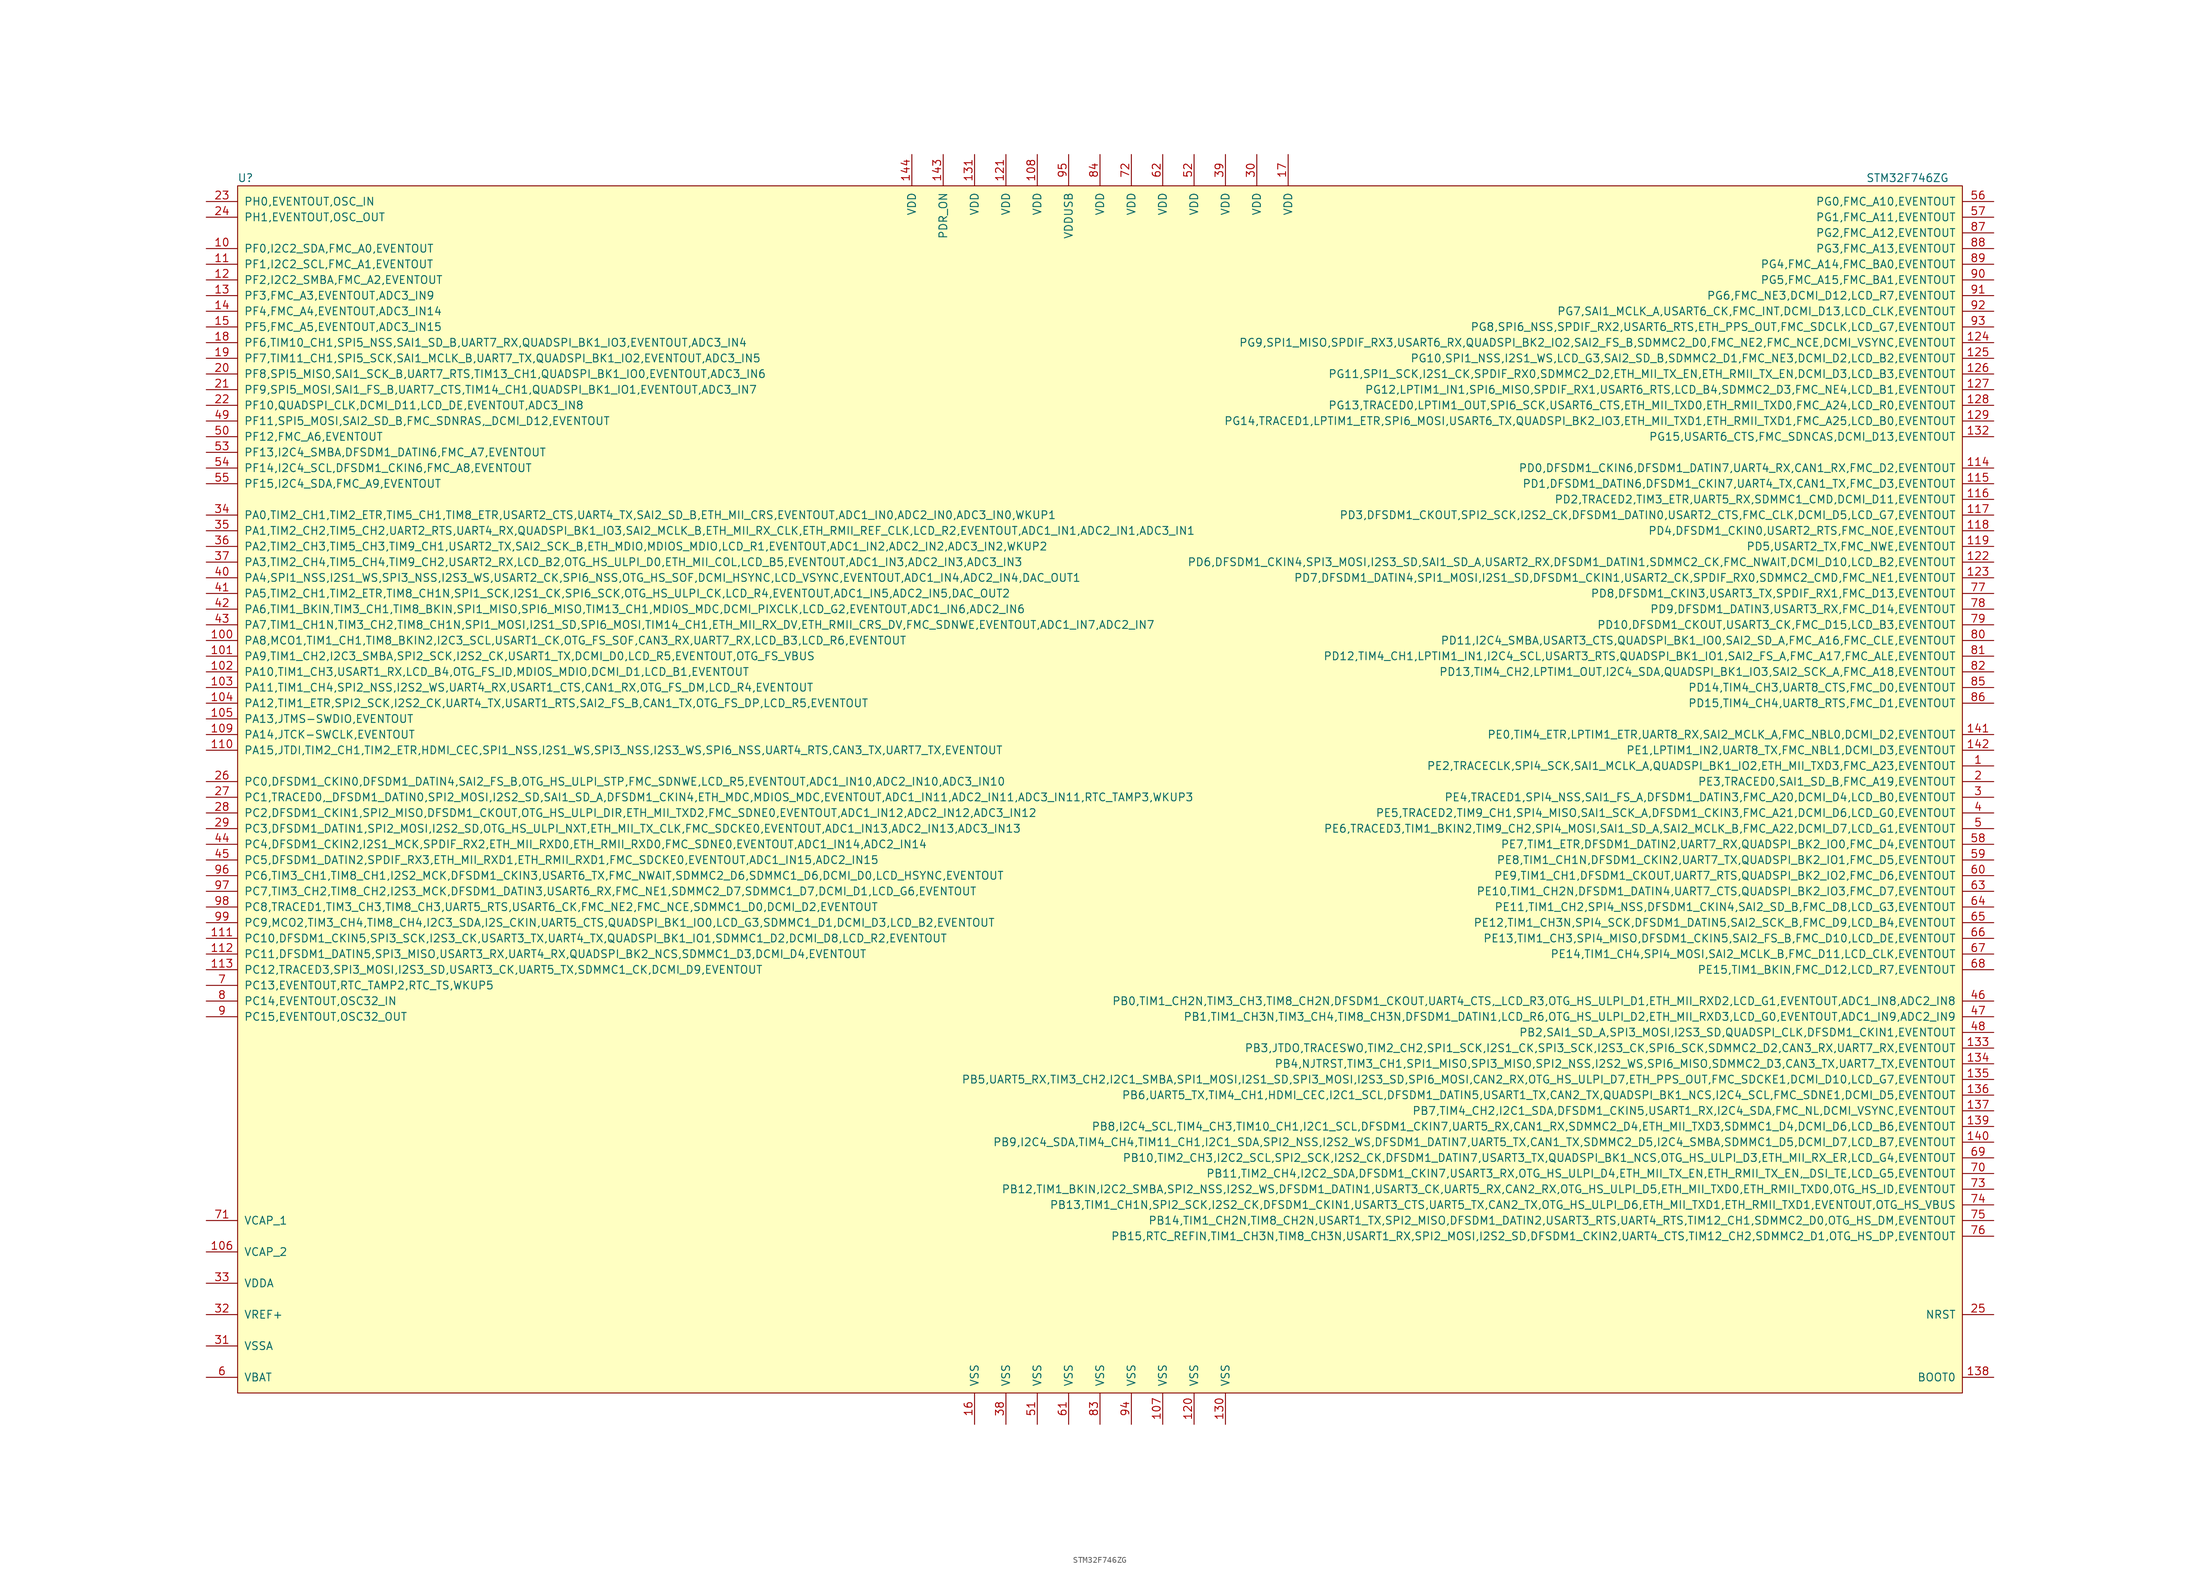
<source format=kicad_sym>
(kicad_symbol_lib
  (version 20211014)
  (generator kicad_symbol_editor)
  (symbol "STM32F746ZG"
    (pin_names
      (offset 1.016))
    (property "Reference" "U"
      (at -138.43 99.06 0)
      (effects (font (size 1.27 1.27))))
    (property "Value" "STM32F746ZG"
      (at 130.81 99.06 0)
      (effects (font (size 1.27 1.27))))
    (symbol "STM32F746ZG_0_0"
      (pin bidirectional line (at 144.78 3.81 180) (length 5.08) (name "PE2,TRACECLK,SPI4_SCK,SAI1_MCLK_A,QUADSPI_BK1_IO2,ETH_MII_TXD3,FMC_A23,EVENTOUT" (effects (font (size 1.27 1.27)))) (number "1" (effects (font (size 1.27 1.27)))))
      (pin bidirectional line (at -144.78 87.63 0) (length 5.08) (name "PF0,I2C2_SDA,FMC_A0,EVENTOUT" (effects (font (size 1.27 1.27)))) (number "10" (effects (font (size 1.27 1.27)))))
      (pin bidirectional line (at -144.78 24.13 0) (length 5.08) (name "PA8,MCO1,TIM1_CH1,TIM8_BKIN2,I2C3_SCL,USART1_CK,OTG_FS_SOF,CAN3_RX,UART7_RX,LCD_B3,LCD_R6,EVENTOUT" (effects (font (size 1.27 1.27)))) (number "100" (effects (font (size 1.27 1.27)))))
      (pin bidirectional line (at -144.78 21.59 0) (length 5.08) (name "PA9,TIM1_CH2,I2C3_SMBA,SPI2_SCK,I2S2_CK,USART1_TX,DCMI_D0,LCD_R5,EVENTOUT,OTG_FS_VBUS" (effects (font (size 1.27 1.27)))) (number "101" (effects (font (size 1.27 1.27)))))
      (pin bidirectional line (at -144.78 19.05 0) (length 5.08) (name "PA10,TIM1_CH3,USART1_RX,LCD_B4,OTG_FS_ID,MDIOS_MDIO,DCMI_D1,LCD_B1,EVENTOUT" (effects (font (size 1.27 1.27)))) (number "102" (effects (font (size 1.27 1.27)))))
      (pin bidirectional line (at -144.78 16.51 0) (length 5.08) (name "PA11,TIM1_CH4,SPI2_NSS,I2S2_WS,UART4_RX,USART1_CTS,CAN1_RX,OTG_FS_DM,LCD_R4,EVENTOUT" (effects (font (size 1.27 1.27)))) (number "103" (effects (font (size 1.27 1.27)))))
      (pin bidirectional line (at -144.78 13.97 0) (length 5.08) (name "PA12,TIM1_ETR,SPI2_SCK,I2S2_CK,UART4_TX,USART1_RTS,SAI2_FS_B,CAN1_TX,OTG_FS_DP,LCD_R5,EVENTOUT" (effects (font (size 1.27 1.27)))) (number "104" (effects (font (size 1.27 1.27)))))
      (pin bidirectional line (at -144.78 11.43 0) (length 5.08) (name "PA13,JTMS-SWDIO,EVENTOUT" (effects (font (size 1.27 1.27)))) (number "105" (effects (font (size 1.27 1.27)))))
      (pin passive line (at -144.78 -74.93 0) (length 5.08) (name "VCAP_2" (effects (font (size 1.27 1.27)))) (number "106" (effects (font (size 1.27 1.27)))))
      (pin passive line (at 10.16 -102.87 90) (length 5.08) (name "VSS" (effects (font (size 1.27 1.27)))) (number "107" (effects (font (size 1.27 1.27)))))
      (pin power_in line (at -10.16 102.87 270) (length 5.08) (name "VDD" (effects (font (size 1.27 1.27)))) (number "108" (effects (font (size 1.27 1.27)))))
      (pin bidirectional line (at -144.78 8.89 0) (length 5.08) (name "PA14,JTCK-SWCLK,EVENTOUT" (effects (font (size 1.27 1.27)))) (number "109" (effects (font (size 1.27 1.27)))))
      (pin bidirectional line (at -144.78 85.09 0) (length 5.08) (name "PF1,I2C2_SCL,FMC_A1,EVENTOUT" (effects (font (size 1.27 1.27)))) (number "11" (effects (font (size 1.27 1.27)))))
      (pin bidirectional line (at -144.78 6.35 0) (length 5.08) (name "PA15,JTDI,TIM2_CH1,TIM2_ETR,HDMI_CEC,SPI1_NSS,I2S1_WS,SPI3_NSS,I2S3_WS,SPI6_NSS,UART4_RTS,CAN3_TX,UART7_TX,EVENTOUT" (effects (font (size 1.27 1.27)))) (number "110" (effects (font (size 1.27 1.27)))))
      (pin bidirectional line (at -144.78 -24.13 0) (length 5.08) (name "PC10,DFSDM1_CKIN5,SPI3_SCK,I2S3_CK,USART3_TX,UART4_TX,QUADSPI_BK1_IO1,SDMMC1_D2,DCMI_D8,LCD_R2,EVENTOUT" (effects (font (size 1.27 1.27)))) (number "111" (effects (font (size 1.27 1.27)))))
      (pin bidirectional line (at -144.78 -26.67 0) (length 5.08) (name "PC11,DFSDM1_DATIN5,SPI3_MISO,USART3_RX,UART4_RX,QUADSPI_BK2_NCS,SDMMC1_D3,DCMI_D4,EVENTOUT" (effects (font (size 1.27 1.27)))) (number "112" (effects (font (size 1.27 1.27)))))
      (pin bidirectional line (at -144.78 -29.21 0) (length 5.08) (name "PC12,TRACED3,SPI3_MOSI,I2S3_SD,USART3_CK,UART5_TX,SDMMC1_CK,DCMI_D9,EVENTOUT" (effects (font (size 1.27 1.27)))) (number "113" (effects (font (size 1.27 1.27)))))
      (pin bidirectional line (at 144.78 52.07 180) (length 5.08) (name "PD0,DFSDM1_CKIN6,DFSDM1_DATIN7,UART4_RX,CAN1_RX,FMC_D2,EVENTOUT" (effects (font (size 1.27 1.27)))) (number "114" (effects (font (size 1.27 1.27)))))
      (pin bidirectional line (at 144.78 49.53 180) (length 5.08) (name "PD1,DFSDM1_DATIN6,DFSDM1_CKIN7,UART4_TX,CAN1_TX,FMC_D3,EVENTOUT" (effects (font (size 1.27 1.27)))) (number "115" (effects (font (size 1.27 1.27)))))
      (pin bidirectional line (at 144.78 46.99 180) (length 5.08) (name "PD2,TRACED2,TIM3_ETR,UART5_RX,SDMMC1_CMD,DCMI_D11,EVENTOUT" (effects (font (size 1.27 1.27)))) (number "116" (effects (font (size 1.27 1.27)))))
      (pin bidirectional line (at 144.78 44.45 180) (length 5.08) (name "PD3,DFSDM1_CKOUT,SPI2_SCK,I2S2_CK,DFSDM1_DATIN0,USART2_CTS,FMC_CLK,DCMI_D5,LCD_G7,EVENTOUT" (effects (font (size 1.27 1.27)))) (number "117" (effects (font (size 1.27 1.27)))))
      (pin bidirectional line (at 144.78 41.91 180) (length 5.08) (name "PD4,DFSDM1_CKIN0,USART2_RTS,FMC_NOE,EVENTOUT" (effects (font (size 1.27 1.27)))) (number "118" (effects (font (size 1.27 1.27)))))
      (pin bidirectional line (at 144.78 39.37 180) (length 5.08) (name "PD5,USART2_TX,FMC_NWE,EVENTOUT" (effects (font (size 1.27 1.27)))) (number "119" (effects (font (size 1.27 1.27)))))
      (pin bidirectional line (at -144.78 82.55 0) (length 5.08) (name "PF2,I2C2_SMBA,FMC_A2,EVENTOUT" (effects (font (size 1.27 1.27)))) (number "12" (effects (font (size 1.27 1.27)))))
      (pin passive line (at 15.24 -102.87 90) (length 5.08) (name "VSS" (effects (font (size 1.27 1.27)))) (number "120" (effects (font (size 1.27 1.27)))))
      (pin power_in line (at -15.24 102.87 270) (length 5.08) (name "VDD" (effects (font (size 1.27 1.27)))) (number "121" (effects (font (size 1.27 1.27)))))
      (pin bidirectional line (at 144.78 36.83 180) (length 5.08) (name "PD6,DFSDM1_CKIN4,SPI3_MOSI,I2S3_SD,SAI1_SD_A,USART2_RX,DFSDM1_DATIN1,SDMMC2_CK,FMC_NWAIT,DCMI_D10,LCD_B2,EVENTOUT" (effects (font (size 1.27 1.27)))) (number "122" (effects (font (size 1.27 1.27)))))
      (pin bidirectional line (at 144.78 34.29 180) (length 5.08) (name "PD7,DFSDM1_DATIN4,SPI1_MOSI,I2S1_SD,DFSDM1_CKIN1,USART2_CK,SPDIF_RX0,SDMMC2_CMD,FMC_NE1,EVENTOUT" (effects (font (size 1.27 1.27)))) (number "123" (effects (font (size 1.27 1.27)))))
      (pin bidirectional line (at 144.78 72.39 180) (length 5.08) (name "PG9,SPI1_MISO,SPDIF_RX3,USART6_RX,QUADSPI_BK2_IO2,SAI2_FS_B,SDMMC2_D0,FMC_NE2,FMC_NCE,DCMI_VSYNC,EVENTOUT" (effects (font (size 1.27 1.27)))) (number "124" (effects (font (size 1.27 1.27)))))
      (pin bidirectional line (at 144.78 69.85 180) (length 5.08) (name "PG10,SPI1_NSS,I2S1_WS,LCD_G3,SAI2_SD_B,SDMMC2_D1,FMC_NE3,DCMI_D2,LCD_B2,EVENTOUT" (effects (font (size 1.27 1.27)))) (number "125" (effects (font (size 1.27 1.27)))))
      (pin bidirectional line (at 144.78 67.31 180) (length 5.08) (name "PG11,SPI1_SCK,I2S1_CK,SPDIF_RX0,SDMMC2_D2,ETH_MII_TX_EN,ETH_RMII_TX_EN,DCMI_D3,LCD_B3,EVENTOUT" (effects (font (size 1.27 1.27)))) (number "126" (effects (font (size 1.27 1.27)))))
      (pin bidirectional line (at 144.78 64.77 180) (length 5.08) (name "PG12,LPTIM1_IN1,SPI6_MISO,SPDIF_RX1,USART6_RTS,LCD_B4,SDMMC2_D3,FMC_NE4,LCD_B1,EVENTOUT" (effects (font (size 1.27 1.27)))) (number "127" (effects (font (size 1.27 1.27)))))
      (pin bidirectional line (at 144.78 62.23 180) (length 5.08) (name "PG13,TRACED0,LPTIM1_OUT,SPI6_SCK,USART6_CTS,ETH_MII_TXD0,ETH_RMII_TXD0,FMC_A24,LCD_R0,EVENTOUT" (effects (font (size 1.27 1.27)))) (number "128" (effects (font (size 1.27 1.27)))))
      (pin bidirectional line (at 144.78 59.69 180) (length 5.08) (name "PG14,TRACED1,LPTIM1_ETR,SPI6_MOSI,USART6_TX,QUADSPI_BK2_IO3,ETH_MII_TXD1,ETH_RMII_TXD1,FMC_A25,LCD_B0,EVENTOUT" (effects (font (size 1.27 1.27)))) (number "129" (effects (font (size 1.27 1.27)))))
      (pin bidirectional line (at -144.78 80.01 0) (length 5.08) (name "PF3,FMC_A3,EVENTOUT,ADC3_IN9" (effects (font (size 1.27 1.27)))) (number "13" (effects (font (size 1.27 1.27)))))
      (pin passive line (at 20.32 -102.87 90) (length 5.08) (name "VSS" (effects (font (size 1.27 1.27)))) (number "130" (effects (font (size 1.27 1.27)))))
      (pin power_in line (at -20.32 102.87 270) (length 5.08) (name "VDD" (effects (font (size 1.27 1.27)))) (number "131" (effects (font (size 1.27 1.27)))))
      (pin bidirectional line (at 144.78 57.15 180) (length 5.08) (name "PG15,USART6_CTS,FMC_SDNCAS,DCMI_D13,EVENTOUT" (effects (font (size 1.27 1.27)))) (number "132" (effects (font (size 1.27 1.27)))))
      (pin bidirectional line (at 144.78 -41.91 180) (length 5.08) (name "PB3,JTDO,TRACESWO,TIM2_CH2,SPI1_SCK,I2S1_CK,SPI3_SCK,I2S3_CK,SPI6_SCK,SDMMC2_D2,CAN3_RX,UART7_RX,EVENTOUT" (effects (font (size 1.27 1.27)))) (number "133" (effects (font (size 1.27 1.27)))))
      (pin bidirectional line (at 144.78 -44.45 180) (length 5.08) (name "PB4,NJTRST,TIM3_CH1,SPI1_MISO,SPI3_MISO,SPI2_NSS,I2S2_WS,SPI6_MISO,SDMMC2_D3,CAN3_TX,UART7_TX,EVENTOUT" (effects (font (size 1.27 1.27)))) (number "134" (effects (font (size 1.27 1.27)))))
      (pin bidirectional line (at 144.78 -46.99 180) (length 5.08) (name "PB5,UART5_RX,TIM3_CH2,I2C1_SMBA,SPI1_MOSI,I2S1_SD,SPI3_MOSI,I2S3_SD,SPI6_MOSI,CAN2_RX,OTG_HS_ULPI_D7,ETH_PPS_OUT,FMC_SDCKE1,DCMI_D10,LCD_G7,EVENTOUT" (effects (font (size 1.27 1.27)))) (number "135" (effects (font (size 1.27 1.27)))))
      (pin bidirectional line (at 144.78 -49.53 180) (length 5.08) (name "PB6,UART5_TX,TIM4_CH1,HDMI_CEC,I2C1_SCL,DFSDM1_DATIN5,USART1_TX,CAN2_TX,QUADSPI_BK1_NCS,I2C4_SCL,FMC_SDNE1,DCMI_D5,EVENTOUT" (effects (font (size 1.27 1.27)))) (number "136" (effects (font (size 1.27 1.27)))))
      (pin bidirectional line (at 144.78 -52.07 180) (length 5.08) (name "PB7,TIM4_CH2,I2C1_SDA,DFSDM1_CKIN5,USART1_RX,I2C4_SDA,FMC_NL,DCMI_VSYNC,EVENTOUT" (effects (font (size 1.27 1.27)))) (number "137" (effects (font (size 1.27 1.27)))))
      (pin input line (at 144.78 -95.25 180) (length 5.08) (name "BOOT0" (effects (font (size 1.27 1.27)))) (number "138" (effects (font (size 1.27 1.27)))))
      (pin bidirectional line (at 144.78 -54.61 180) (length 5.08) (name "PB8,I2C4_SCL,TIM4_CH3,TIM10_CH1,I2C1_SCL,DFSDM1_CKIN7,UART5_RX,CAN1_RX,SDMMC2_D4,ETH_MII_TXD3,SDMMC1_D4,DCMI_D6,LCD_B6,EVENTOUT" (effects (font (size 1.27 1.27)))) (number "139" (effects (font (size 1.27 1.27)))))
      (pin bidirectional line (at -144.78 77.47 0) (length 5.08) (name "PF4,FMC_A4,EVENTOUT,ADC3_IN14" (effects (font (size 1.27 1.27)))) (number "14" (effects (font (size 1.27 1.27)))))
      (pin bidirectional line (at 144.78 -57.15 180) (length 5.08) (name "PB9,I2C4_SDA,TIM4_CH4,TIM11_CH1,I2C1_SDA,SPI2_NSS,I2S2_WS,DFSDM1_DATIN7,UART5_TX,CAN1_TX,SDMMC2_D5,I2C4_SMBA,SDMMC1_D5,DCMI_D7,LCD_B7,EVENTOUT" (effects (font (size 1.27 1.27)))) (number "140" (effects (font (size 1.27 1.27)))))
      (pin bidirectional line (at 144.78 8.89 180) (length 5.08) (name "PE0,TIM4_ETR,LPTIM1_ETR,UART8_RX,SAI2_MCLK_A,FMC_NBL0,DCMI_D2,EVENTOUT" (effects (font (size 1.27 1.27)))) (number "141" (effects (font (size 1.27 1.27)))))
      (pin bidirectional line (at 144.78 6.35 180) (length 5.08) (name "PE1,LPTIM1_IN2,UART8_TX,FMC_NBL1,DCMI_D3,EVENTOUT" (effects (font (size 1.27 1.27)))) (number "142" (effects (font (size 1.27 1.27)))))
      (pin passive line (at -25.4 102.87 270) (length 5.08) (name "PDR_ON" (effects (font (size 1.27 1.27)))) (number "143" (effects (font (size 1.27 1.27)))))
      (pin power_in line (at -30.48 102.87 270) (length 5.08) (name "VDD" (effects (font (size 1.27 1.27)))) (number "144" (effects (font (size 1.27 1.27)))))
      (pin bidirectional line (at -144.78 74.93 0) (length 5.08) (name "PF5,FMC_A5,EVENTOUT,ADC3_IN15" (effects (font (size 1.27 1.27)))) (number "15" (effects (font (size 1.27 1.27)))))
      (pin passive line (at -20.32 -102.87 90) (length 5.08) (name "VSS" (effects (font (size 1.27 1.27)))) (number "16" (effects (font (size 1.27 1.27)))))
      (pin power_in line (at 30.48 102.87 270) (length 5.08) (name "VDD" (effects (font (size 1.27 1.27)))) (number "17" (effects (font (size 1.27 1.27)))))
      (pin bidirectional line (at -144.78 72.39 0) (length 5.08) (name "PF6,TIM10_CH1,SPI5_NSS,SAI1_SD_B,UART7_RX,QUADSPI_BK1_IO3,EVENTOUT,ADC3_IN4" (effects (font (size 1.27 1.27)))) (number "18" (effects (font (size 1.27 1.27)))))
      (pin bidirectional line (at -144.78 69.85 0) (length 5.08) (name "PF7,TIM11_CH1,SPI5_SCK,SAI1_MCLK_B,UART7_TX,QUADSPI_BK1_IO2,EVENTOUT,ADC3_IN5" (effects (font (size 1.27 1.27)))) (number "19" (effects (font (size 1.27 1.27)))))
      (pin bidirectional line (at 144.78 1.27 180) (length 5.08) (name "PE3,TRACED0,SAI1_SD_B,FMC_A19,EVENTOUT" (effects (font (size 1.27 1.27)))) (number "2" (effects (font (size 1.27 1.27)))))
      (pin bidirectional line (at -144.78 67.31 0) (length 5.08) (name "PF8,SPI5_MISO,SAI1_SCK_B,UART7_RTS,TIM13_CH1,QUADSPI_BK1_IO0,EVENTOUT,ADC3_IN6" (effects (font (size 1.27 1.27)))) (number "20" (effects (font (size 1.27 1.27)))))
      (pin bidirectional line (at -144.78 64.77 0) (length 5.08) (name "PF9,SPI5_MOSI,SAI1_FS_B,UART7_CTS,TIM14_CH1,QUADSPI_BK1_IO1,EVENTOUT,ADC3_IN7" (effects (font (size 1.27 1.27)))) (number "21" (effects (font (size 1.27 1.27)))))
      (pin bidirectional line (at -144.78 62.23 0) (length 5.08) (name "PF10,QUADSPI_CLK,DCMI_D11,LCD_DE,EVENTOUT,ADC3_IN8" (effects (font (size 1.27 1.27)))) (number "22" (effects (font (size 1.27 1.27)))))
      (pin bidirectional line (at -144.78 95.25 0) (length 5.08) (name "PH0,EVENTOUT,OSC_IN" (effects (font (size 1.27 1.27)))) (number "23" (effects (font (size 1.27 1.27)))))
      (pin bidirectional line (at -144.78 92.71 0) (length 5.08) (name "PH1,EVENTOUT,OSC_OUT" (effects (font (size 1.27 1.27)))) (number "24" (effects (font (size 1.27 1.27)))))
      (pin input line (at 144.78 -85.09 180) (length 5.08) (name "NRST" (effects (font (size 1.27 1.27)))) (number "25" (effects (font (size 1.27 1.27)))))
      (pin bidirectional line (at -144.78 1.27 0) (length 5.08) (name "PC0,DFSDM1_CKIN0,DFSDM1_DATIN4,SAI2_FS_B,OTG_HS_ULPI_STP,FMC_SDNWE,LCD_R5,EVENTOUT,ADC1_IN10,ADC2_IN10,ADC3_IN10" (effects (font (size 1.27 1.27)))) (number "26" (effects (font (size 1.27 1.27)))))
      (pin bidirectional line (at -144.78 -1.27 0) (length 5.08) (name "PC1,TRACED0,_DFSDM1_DATIN0,SPI2_MOSI,I2S2_SD,SAI1_SD_A,DFSDM1_CKIN4,ETH_MDC,MDIOS_MDC,EVENTOUT,ADC1_IN11,ADC2_IN11,ADC3_IN11,RTC_TAMP3,WKUP3" (effects (font (size 1.27 1.27)))) (number "27" (effects (font (size 1.27 1.27)))))
      (pin bidirectional line (at -144.78 -3.81 0) (length 5.08) (name "PC2,DFSDM1_CKIN1,SPI2_MISO,DFSDM1_CKOUT,OTG_HS_ULPI_DIR,ETH_MII_TXD2,FMC_SDNE0,EVENTOUT,ADC1_IN12,ADC2_IN12,ADC3_IN12" (effects (font (size 1.27 1.27)))) (number "28" (effects (font (size 1.27 1.27)))))
      (pin bidirectional line (at -144.78 -6.35 0) (length 5.08) (name "PC3,DFSDM1_DATIN1,SPI2_MOSI,I2S2_SD,OTG_HS_ULPI_NXT,ETH_MII_TX_CLK,FMC_SDCKE0,EVENTOUT,ADC1_IN13,ADC2_IN13,ADC3_IN13" (effects (font (size 1.27 1.27)))) (number "29" (effects (font (size 1.27 1.27)))))
      (pin bidirectional line (at 144.78 -1.27 180) (length 5.08) (name "PE4,TRACED1,SPI4_NSS,SAI1_FS_A,DFSDM1_DATIN3,FMC_A20,DCMI_D4,LCD_B0,EVENTOUT" (effects (font (size 1.27 1.27)))) (number "3" (effects (font (size 1.27 1.27)))))
      (pin power_in line (at 25.4 102.87 270) (length 5.08) (name "VDD" (effects (font (size 1.27 1.27)))) (number "30" (effects (font (size 1.27 1.27)))))
      (pin passive line (at -144.78 -90.17 0) (length 5.08) (name "VSSA" (effects (font (size 1.27 1.27)))) (number "31" (effects (font (size 1.27 1.27)))))
      (pin passive line (at -144.78 -85.09 0) (length 5.08) (name "VREF+" (effects (font (size 1.27 1.27)))) (number "32" (effects (font (size 1.27 1.27)))))
      (pin passive line (at -144.78 -80.01 0) (length 5.08) (name "VDDA" (effects (font (size 1.27 1.27)))) (number "33" (effects (font (size 1.27 1.27)))))
      (pin bidirectional line (at -144.78 44.45 0) (length 5.08) (name "PA0,TIM2_CH1,TIM2_ETR,TIM5_CH1,TIM8_ETR,USART2_CTS,UART4_TX,SAI2_SD_B,ETH_MII_CRS,EVENTOUT,ADC1_IN0,ADC2_IN0,ADC3_IN0,WKUP1" (effects (font (size 1.27 1.27)))) (number "34" (effects (font (size 1.27 1.27)))))
      (pin bidirectional line (at -144.78 41.91 0) (length 5.08) (name "PA1,TIM2_CH2,TIM5_CH2,UART2_RTS,UART4_RX,QUADSPI_BK1_IO3,SAI2_MCLK_B,ETH_MII_RX_CLK,ETH_RMII_REF_CLK,LCD_R2,EVENTOUT,ADC1_IN1,ADC2_IN1,ADC3_IN1" (effects (font (size 1.27 1.27)))) (number "35" (effects (font (size 1.27 1.27)))))
      (pin bidirectional line (at -144.78 39.37 0) (length 5.08) (name "PA2,TIM2_CH3,TIM5_CH3,TIM9_CH1,USART2_TX,SAI2_SCK_B,ETH_MDIO,MDIOS_MDIO,LCD_R1,EVENTOUT,ADC1_IN2,ADC2_IN2,ADC3_IN2,WKUP2" (effects (font (size 1.27 1.27)))) (number "36" (effects (font (size 1.27 1.27)))))
      (pin bidirectional line (at -144.78 36.83 0) (length 5.08) (name "PA3,TIM2_CH4,TIM5_CH4,TIM9_CH2,USART2_RX,LCD_B2,OTG_HS_ULPI_D0,ETH_MII_COL,LCD_B5,EVENTOUT,ADC1_IN3,ADC2_IN3,ADC3_IN3" (effects (font (size 1.27 1.27)))) (number "37" (effects (font (size 1.27 1.27)))))
      (pin passive line (at -15.24 -102.87 90) (length 5.08) (name "VSS" (effects (font (size 1.27 1.27)))) (number "38" (effects (font (size 1.27 1.27)))))
      (pin power_in line (at 20.32 102.87 270) (length 5.08) (name "VDD" (effects (font (size 1.27 1.27)))) (number "39" (effects (font (size 1.27 1.27)))))
      (pin bidirectional line (at 144.78 -3.81 180) (length 5.08) (name "PE5,TRACED2,TIM9_CH1,SPI4_MISO,SAI1_SCK_A,DFSDM1_CKIN3,FMC_A21,DCMI_D6,LCD_G0,EVENTOUT" (effects (font (size 1.27 1.27)))) (number "4" (effects (font (size 1.27 1.27)))))
      (pin bidirectional line (at -144.78 34.29 0) (length 5.08) (name "PA4,SPI1_NSS,I2S1_WS,SPI3_NSS,I2S3_WS,USART2_CK,SPI6_NSS,OTG_HS_SOF,DCMI_HSYNC,LCD_VSYNC,EVENTOUT,ADC1_IN4,ADC2_IN4,DAC_OUT1" (effects (font (size 1.27 1.27)))) (number "40" (effects (font (size 1.27 1.27)))))
      (pin bidirectional line (at -144.78 31.75 0) (length 5.08) (name "PA5,TIM2_CH1,TIM2_ETR,TIM8_CH1N,SPI1_SCK,I2S1_CK,SPI6_SCK,OTG_HS_ULPI_CK,LCD_R4,EVENTOUT,ADC1_IN5,ADC2_IN5,DAC_OUT2" (effects (font (size 1.27 1.27)))) (number "41" (effects (font (size 1.27 1.27)))))
      (pin bidirectional line (at -144.78 29.21 0) (length 5.08) (name "PA6,TIM1_BKIN,TIM3_CH1,TIM8_BKIN,SPI1_MISO,SPI6_MISO,TIM13_CH1,MDIOS_MDC,DCMI_PIXCLK,LCD_G2,EVENTOUT,ADC1_IN6,ADC2_IN6" (effects (font (size 1.27 1.27)))) (number "42" (effects (font (size 1.27 1.27)))))
      (pin bidirectional line (at -144.78 26.67 0) (length 5.08) (name "PA7,TIM1_CH1N,TIM3_CH2,TIM8_CH1N,SPI1_MOSI,I2S1_SD,SPI6_MOSI,TIM14_CH1,ETH_MII_RX_DV,ETH_RMII_CRS_DV,FMC_SDNWE,EVENTOUT,ADC1_IN7,ADC2_IN7" (effects (font (size 1.27 1.27)))) (number "43" (effects (font (size 1.27 1.27)))))
      (pin bidirectional line (at -144.78 -8.89 0) (length 5.08) (name "PC4,DFSDM1_CKIN2,I2S1_MCK,SPDIF_RX2,ETH_MII_RXD0,ETH_RMII_RXD0,FMC_SDNE0,EVENTOUT,ADC1_IN14,ADC2_IN14" (effects (font (size 1.27 1.27)))) (number "44" (effects (font (size 1.27 1.27)))))
      (pin bidirectional line (at -144.78 -11.43 0) (length 5.08) (name "PC5,DFSDM1_DATIN2,SPDIF_RX3,ETH_MII_RXD1,ETH_RMII_RXD1,FMC_SDCKE0,EVENTOUT,ADC1_IN15,ADC2_IN15" (effects (font (size 1.27 1.27)))) (number "45" (effects (font (size 1.27 1.27)))))
      (pin bidirectional line (at 144.78 -34.29 180) (length 5.08) (name "PB0,TIM1_CH2N,TIM3_CH3,TIM8_CH2N,DFSDM1_CKOUT,UART4_CTS,_LCD_R3,OTG_HS_ULPI_D1,ETH_MII_RXD2,LCD_G1,EVENTOUT,ADC1_IN8,ADC2_IN8" (effects (font (size 1.27 1.27)))) (number "46" (effects (font (size 1.27 1.27)))))
      (pin bidirectional line (at 144.78 -36.83 180) (length 5.08) (name "PB1,TIM1_CH3N,TIM3_CH4,TIM8_CH3N,DFSDM1_DATIN1,LCD_R6,OTG_HS_ULPI_D2,ETH_MII_RXD3,LCD_G0,EVENTOUT,ADC1_IN9,ADC2_IN9" (effects (font (size 1.27 1.27)))) (number "47" (effects (font (size 1.27 1.27)))))
      (pin bidirectional line (at 144.78 -39.37 180) (length 5.08) (name "PB2,SAI1_SD_A,SPI3_MOSI,I2S3_SD,QUADSPI_CLK,DFSDM1_CKIN1,EVENTOUT" (effects (font (size 1.27 1.27)))) (number "48" (effects (font (size 1.27 1.27)))))
      (pin bidirectional line (at -144.78 59.69 0) (length 5.08) (name "PF11,SPI5_MOSI,SAI2_SD_B,FMC_SDNRAS,_DCMI_D12,EVENTOUT" (effects (font (size 1.27 1.27)))) (number "49" (effects (font (size 1.27 1.27)))))
      (pin bidirectional line (at 144.78 -6.35 180) (length 5.08) (name "PE6,TRACED3,TIM1_BKIN2,TIM9_CH2,SPI4_MOSI,SAI1_SD_A,SAI2_MCLK_B,FMC_A22,DCMI_D7,LCD_G1,EVENTOUT" (effects (font (size 1.27 1.27)))) (number "5" (effects (font (size 1.27 1.27)))))
      (pin bidirectional line (at -144.78 57.15 0) (length 5.08) (name "PF12,FMC_A6,EVENTOUT" (effects (font (size 1.27 1.27)))) (number "50" (effects (font (size 1.27 1.27)))))
      (pin passive line (at -10.16 -102.87 90) (length 5.08) (name "VSS" (effects (font (size 1.27 1.27)))) (number "51" (effects (font (size 1.27 1.27)))))
      (pin power_in line (at 15.24 102.87 270) (length 5.08) (name "VDD" (effects (font (size 1.27 1.27)))) (number "52" (effects (font (size 1.27 1.27)))))
      (pin bidirectional line (at -144.78 54.61 0) (length 5.08) (name "PF13,I2C4_SMBA,DFSDM1_DATIN6,FMC_A7,EVENTOUT" (effects (font (size 1.27 1.27)))) (number "53" (effects (font (size 1.27 1.27)))))
      (pin bidirectional line (at -144.78 52.07 0) (length 5.08) (name "PF14,I2C4_SCL,DFSDM1_CKIN6,FMC_A8,EVENTOUT" (effects (font (size 1.27 1.27)))) (number "54" (effects (font (size 1.27 1.27)))))
      (pin bidirectional line (at -144.78 49.53 0) (length 5.08) (name "PF15,I2C4_SDA,FMC_A9,EVENTOUT" (effects (font (size 1.27 1.27)))) (number "55" (effects (font (size 1.27 1.27)))))
      (pin bidirectional line (at 144.78 95.25 180) (length 5.08) (name "PG0,FMC_A10,EVENTOUT" (effects (font (size 1.27 1.27)))) (number "56" (effects (font (size 1.27 1.27)))))
      (pin bidirectional line (at 144.78 92.71 180) (length 5.08) (name "PG1,FMC_A11,EVENTOUT" (effects (font (size 1.27 1.27)))) (number "57" (effects (font (size 1.27 1.27)))))
      (pin bidirectional line (at 144.78 -8.89 180) (length 5.08) (name "PE7,TIM1_ETR,DFSDM1_DATIN2,UART7_RX,QUADSPI_BK2_IO0,FMC_D4,EVENTOUT" (effects (font (size 1.27 1.27)))) (number "58" (effects (font (size 1.27 1.27)))))
      (pin bidirectional line (at 144.78 -11.43 180) (length 5.08) (name "PE8,TIM1_CH1N,DFSDM1_CKIN2,UART7_TX,QUADSPI_BK2_IO1,FMC_D5,EVENTOUT" (effects (font (size 1.27 1.27)))) (number "59" (effects (font (size 1.27 1.27)))))
      (pin passive line (at -144.78 -95.25 0) (length 5.08) (name "VBAT" (effects (font (size 1.27 1.27)))) (number "6" (effects (font (size 1.27 1.27)))))
      (pin bidirectional line (at 144.78 -13.97 180) (length 5.08) (name "PE9,TIM1_CH1,DFSDM1_CKOUT,UART7_RTS,QUADSPI_BK2_IO2,FMC_D6,EVENTOUT" (effects (font (size 1.27 1.27)))) (number "60" (effects (font (size 1.27 1.27)))))
      (pin passive line (at -5.08 -102.87 90) (length 5.08) (name "VSS" (effects (font (size 1.27 1.27)))) (number "61" (effects (font (size 1.27 1.27)))))
      (pin power_in line (at 10.16 102.87 270) (length 5.08) (name "VDD" (effects (font (size 1.27 1.27)))) (number "62" (effects (font (size 1.27 1.27)))))
      (pin bidirectional line (at 144.78 -16.51 180) (length 5.08) (name "PE10,TIM1_CH2N,DFSDM1_DATIN4,UART7_CTS,QUADSPI_BK2_IO3,FMC_D7,EVENTOUT" (effects (font (size 1.27 1.27)))) (number "63" (effects (font (size 1.27 1.27)))))
      (pin bidirectional line (at 144.78 -19.05 180) (length 5.08) (name "PE11,TIM1_CH2,SPI4_NSS,DFSDM1_CKIN4,SAI2_SD_B,FMC_D8,LCD_G3,EVENTOUT" (effects (font (size 1.27 1.27)))) (number "64" (effects (font (size 1.27 1.27)))))
      (pin bidirectional line (at 144.78 -21.59 180) (length 5.08) (name "PE12,TIM1_CH3N,SPI4_SCK,DFSDM1_DATIN5,SAI2_SCK_B,FMC_D9,LCD_B4,EVENTOUT" (effects (font (size 1.27 1.27)))) (number "65" (effects (font (size 1.27 1.27)))))
      (pin bidirectional line (at 144.78 -24.13 180) (length 5.08) (name "PE13,TIM1_CH3,SPI4_MISO,DFSDM1_CKIN5,SAI2_FS_B,FMC_D10,LCD_DE,EVENTOUT" (effects (font (size 1.27 1.27)))) (number "66" (effects (font (size 1.27 1.27)))))
      (pin bidirectional line (at 144.78 -26.67 180) (length 5.08) (name "PE14,TIM1_CH4,SPI4_MOSI,SAI2_MCLK_B,FMC_D11,LCD_CLK,EVENTOUT" (effects (font (size 1.27 1.27)))) (number "67" (effects (font (size 1.27 1.27)))))
      (pin bidirectional line (at 144.78 -29.21 180) (length 5.08) (name "PE15,TIM1_BKIN,FMC_D12,LCD_R7,EVENTOUT" (effects (font (size 1.27 1.27)))) (number "68" (effects (font (size 1.27 1.27)))))
      (pin bidirectional line (at 144.78 -59.69 180) (length 5.08) (name "PB10,TIM2_CH3,I2C2_SCL,SPI2_SCK,I2S2_CK,DFSDM1_DATIN7,USART3_TX,QUADSPI_BK1_NCS,OTG_HS_ULPI_D3,ETH_MII_RX_ER,LCD_G4,EVENTOUT" (effects (font (size 1.27 1.27)))) (number "69" (effects (font (size 1.27 1.27)))))
      (pin bidirectional line (at -144.78 -31.75 0) (length 5.08) (name "PC13,EVENTOUT,RTC_TAMP2,RTC_TS,WKUP5" (effects (font (size 1.27 1.27)))) (number "7" (effects (font (size 1.27 1.27)))))
      (pin bidirectional line (at 144.78 -62.23 180) (length 5.08) (name "PB11,TIM2_CH4,I2C2_SDA,DFSDM1_CKIN7,USART3_RX,OTG_HS_ULPI_D4,ETH_MII_TX_EN,ETH_RMII_TX_EN,_DSI_TE,LCD_G5,EVENTOUT" (effects (font (size 1.27 1.27)))) (number "70" (effects (font (size 1.27 1.27)))))
      (pin passive line (at -144.78 -69.85 0) (length 5.08) (name "VCAP_1" (effects (font (size 1.27 1.27)))) (number "71" (effects (font (size 1.27 1.27)))))
      (pin power_in line (at 5.08 102.87 270) (length 5.08) (name "VDD" (effects (font (size 1.27 1.27)))) (number "72" (effects (font (size 1.27 1.27)))))
      (pin bidirectional line (at 144.78 -64.77 180) (length 5.08) (name "PB12,TIM1_BKIN,I2C2_SMBA,SPI2_NSS,I2S2_WS,DFSDM1_DATIN1,USART3_CK,UART5_RX,CAN2_RX,OTG_HS_ULPI_D5,ETH_MII_TXD0,ETH_RMII_TXD0,OTG_HS_ID,EVENTOUT" (effects (font (size 1.27 1.27)))) (number "73" (effects (font (size 1.27 1.27)))))
      (pin bidirectional line (at 144.78 -67.31 180) (length 5.08) (name "PB13,TIM1_CH1N,SPI2_SCK,I2S2_CK,DFSDM1_CKIN1,USART3_CTS,UART5_TX,CAN2_TX,OTG_HS_ULPI_D6,ETH_MII_TXD1,ETH_RMII_TXD1,EVENTOUT,OTG_HS_VBUS" (effects (font (size 1.27 1.27)))) (number "74" (effects (font (size 1.27 1.27)))))
      (pin bidirectional line (at 144.78 -69.85 180) (length 5.08) (name "PB14,TIM1_CH2N,TIM8_CH2N,USART1_TX,SPI2_MISO,DFSDM1_DATIN2,USART3_RTS,UART4_RTS,TIM12_CH1,SDMMC2_D0,OTG_HS_DM,EVENTOUT" (effects (font (size 1.27 1.27)))) (number "75" (effects (font (size 1.27 1.27)))))
      (pin bidirectional line (at 144.78 -72.39 180) (length 5.08) (name "PB15,RTC_REFIN,TIM1_CH3N,TIM8_CH3N,USART1_RX,SPI2_MOSI,I2S2_SD,DFSDM1_CKIN2,UART4_CTS,TIM12_CH2,SDMMC2_D1,OTG_HS_DP,EVENTOUT" (effects (font (size 1.27 1.27)))) (number "76" (effects (font (size 1.27 1.27)))))
      (pin bidirectional line (at 144.78 31.75 180) (length 5.08) (name "PD8,DFSDM1_CKIN3,USART3_TX,SPDIF_RX1,FMC_D13,EVENTOUT" (effects (font (size 1.27 1.27)))) (number "77" (effects (font (size 1.27 1.27)))))
      (pin bidirectional line (at 144.78 29.21 180) (length 5.08) (name "PD9,DFSDM1_DATIN3,USART3_RX,FMC_D14,EVENTOUT" (effects (font (size 1.27 1.27)))) (number "78" (effects (font (size 1.27 1.27)))))
      (pin bidirectional line (at 144.78 26.67 180) (length 5.08) (name "PD10,DFSDM1_CKOUT,USART3_CK,FMC_D15,LCD_B3,EVENTOUT" (effects (font (size 1.27 1.27)))) (number "79" (effects (font (size 1.27 1.27)))))
      (pin bidirectional line (at -144.78 -34.29 0) (length 5.08) (name "PC14,EVENTOUT,OSC32_IN" (effects (font (size 1.27 1.27)))) (number "8" (effects (font (size 1.27 1.27)))))
      (pin bidirectional line (at 144.78 24.13 180) (length 5.08) (name "PD11,I2C4_SMBA,USART3_CTS,QUADSPI_BK1_IO0,SAI2_SD_A,FMC_A16,FMC_CLE,EVENTOUT" (effects (font (size 1.27 1.27)))) (number "80" (effects (font (size 1.27 1.27)))))
      (pin bidirectional line (at 144.78 21.59 180) (length 5.08) (name "PD12,TIM4_CH1,LPTIM1_IN1,I2C4_SCL,USART3_RTS,QUADSPI_BK1_IO1,SAI2_FS_A,FMC_A17,FMC_ALE,EVENTOUT" (effects (font (size 1.27 1.27)))) (number "81" (effects (font (size 1.27 1.27)))))
      (pin bidirectional line (at 144.78 19.05 180) (length 5.08) (name "PD13,TIM4_CH2,LPTIM1_OUT,I2C4_SDA,QUADSPI_BK1_IO3,SAI2_SCK_A,FMC_A18,EVENTOUT" (effects (font (size 1.27 1.27)))) (number "82" (effects (font (size 1.27 1.27)))))
      (pin passive line (at 0 -102.87 90) (length 5.08) (name "VSS" (effects (font (size 1.27 1.27)))) (number "83" (effects (font (size 1.27 1.27)))))
      (pin power_in line (at 0 102.87 270) (length 5.08) (name "VDD" (effects (font (size 1.27 1.27)))) (number "84" (effects (font (size 1.27 1.27)))))
      (pin bidirectional line (at 144.78 16.51 180) (length 5.08) (name "PD14,TIM4_CH3,UART8_CTS,FMC_D0,EVENTOUT" (effects (font (size 1.27 1.27)))) (number "85" (effects (font (size 1.27 1.27)))))
      (pin bidirectional line (at 144.78 13.97 180) (length 5.08) (name "PD15,TIM4_CH4,UART8_RTS,FMC_D1,EVENTOUT" (effects (font (size 1.27 1.27)))) (number "86" (effects (font (size 1.27 1.27)))))
      (pin bidirectional line (at 144.78 90.17 180) (length 5.08) (name "PG2,FMC_A12,EVENTOUT" (effects (font (size 1.27 1.27)))) (number "87" (effects (font (size 1.27 1.27)))))
      (pin bidirectional line (at 144.78 87.63 180) (length 5.08) (name "PG3,FMC_A13,EVENTOUT" (effects (font (size 1.27 1.27)))) (number "88" (effects (font (size 1.27 1.27)))))
      (pin bidirectional line (at 144.78 85.09 180) (length 5.08) (name "PG4,FMC_A14,FMC_BA0,EVENTOUT" (effects (font (size 1.27 1.27)))) (number "89" (effects (font (size 1.27 1.27)))))
      (pin bidirectional line (at -144.78 -36.83 0) (length 5.08) (name "PC15,EVENTOUT,OSC32_OUT" (effects (font (size 1.27 1.27)))) (number "9" (effects (font (size 1.27 1.27)))))
      (pin bidirectional line (at 144.78 82.55 180) (length 5.08) (name "PG5,FMC_A15,FMC_BA1,EVENTOUT" (effects (font (size 1.27 1.27)))) (number "90" (effects (font (size 1.27 1.27)))))
      (pin bidirectional line (at 144.78 80.01 180) (length 5.08) (name "PG6,FMC_NE3,DCMI_D12,LCD_R7,EVENTOUT" (effects (font (size 1.27 1.27)))) (number "91" (effects (font (size 1.27 1.27)))))
      (pin bidirectional line (at 144.78 77.47 180) (length 5.08) (name "PG7,SAI1_MCLK_A,USART6_CK,FMC_INT,DCMI_D13,LCD_CLK,EVENTOUT" (effects (font (size 1.27 1.27)))) (number "92" (effects (font (size 1.27 1.27)))))
      (pin bidirectional line (at 144.78 74.93 180) (length 5.08) (name "PG8,SPI6_NSS,SPDIF_RX2,USART6_RTS,ETH_PPS_OUT,FMC_SDCLK,LCD_G7,EVENTOUT" (effects (font (size 1.27 1.27)))) (number "93" (effects (font (size 1.27 1.27)))))
      (pin passive line (at 5.08 -102.87 90) (length 5.08) (name "VSS" (effects (font (size 1.27 1.27)))) (number "94" (effects (font (size 1.27 1.27)))))
      (pin power_in line (at -5.08 102.87 270) (length 5.08) (name "VDDUSB" (effects (font (size 1.27 1.27)))) (number "95" (effects (font (size 1.27 1.27)))))
      (pin bidirectional line (at -144.78 -13.97 0) (length 5.08) (name "PC6,TIM3_CH1,TIM8_CH1,I2S2_MCK,DFSDM1_CKIN3,USART6_TX,FMC_NWAIT,SDMMC2_D6,SDMMC1_D6,DCMI_D0,LCD_HSYNC,EVENTOUT" (effects (font (size 1.27 1.27)))) (number "96" (effects (font (size 1.27 1.27)))))
      (pin bidirectional line (at -144.78 -16.51 0) (length 5.08) (name "PC7,TIM3_CH2,TIM8_CH2,I2S3_MCK,DFSDM1_DATIN3,USART6_RX,FMC_NE1,SDMMC2_D7,SDMMC1_D7,DCMI_D1,LCD_G6,EVENTOUT" (effects (font (size 1.27 1.27)))) (number "97" (effects (font (size 1.27 1.27)))))
      (pin bidirectional line (at -144.78 -19.05 0) (length 5.08) (name "PC8,TRACED1,TIM3_CH3,TIM8_CH3,UART5_RTS,USART6_CK,FMC_NE2,FMC_NCE,SDMMC1_D0,DCMI_D2,EVENTOUT" (effects (font (size 1.27 1.27)))) (number "98" (effects (font (size 1.27 1.27)))))
      (pin bidirectional line (at -144.78 -21.59 0) (length 5.08) (name "PC9,MCO2,TIM3_CH4,TIM8_CH4,I2C3_SDA,I2S_CKIN,UART5_CTS,QUADSPI_BK1_IO0,LCD_G3,SDMMC1_D1,DCMI_D3,LCD_B2,EVENTOUT" (effects (font (size 1.27 1.27)))) (number "99" (effects (font (size 1.27 1.27))))))
    (symbol "STM32F746ZG_0_1"
      (rectangle (start -139.7 97.79) (end 139.7 -97.79) (stroke (width 0) (type default) (color 0 0 0 0)) (fill (type background))))))
</source>
